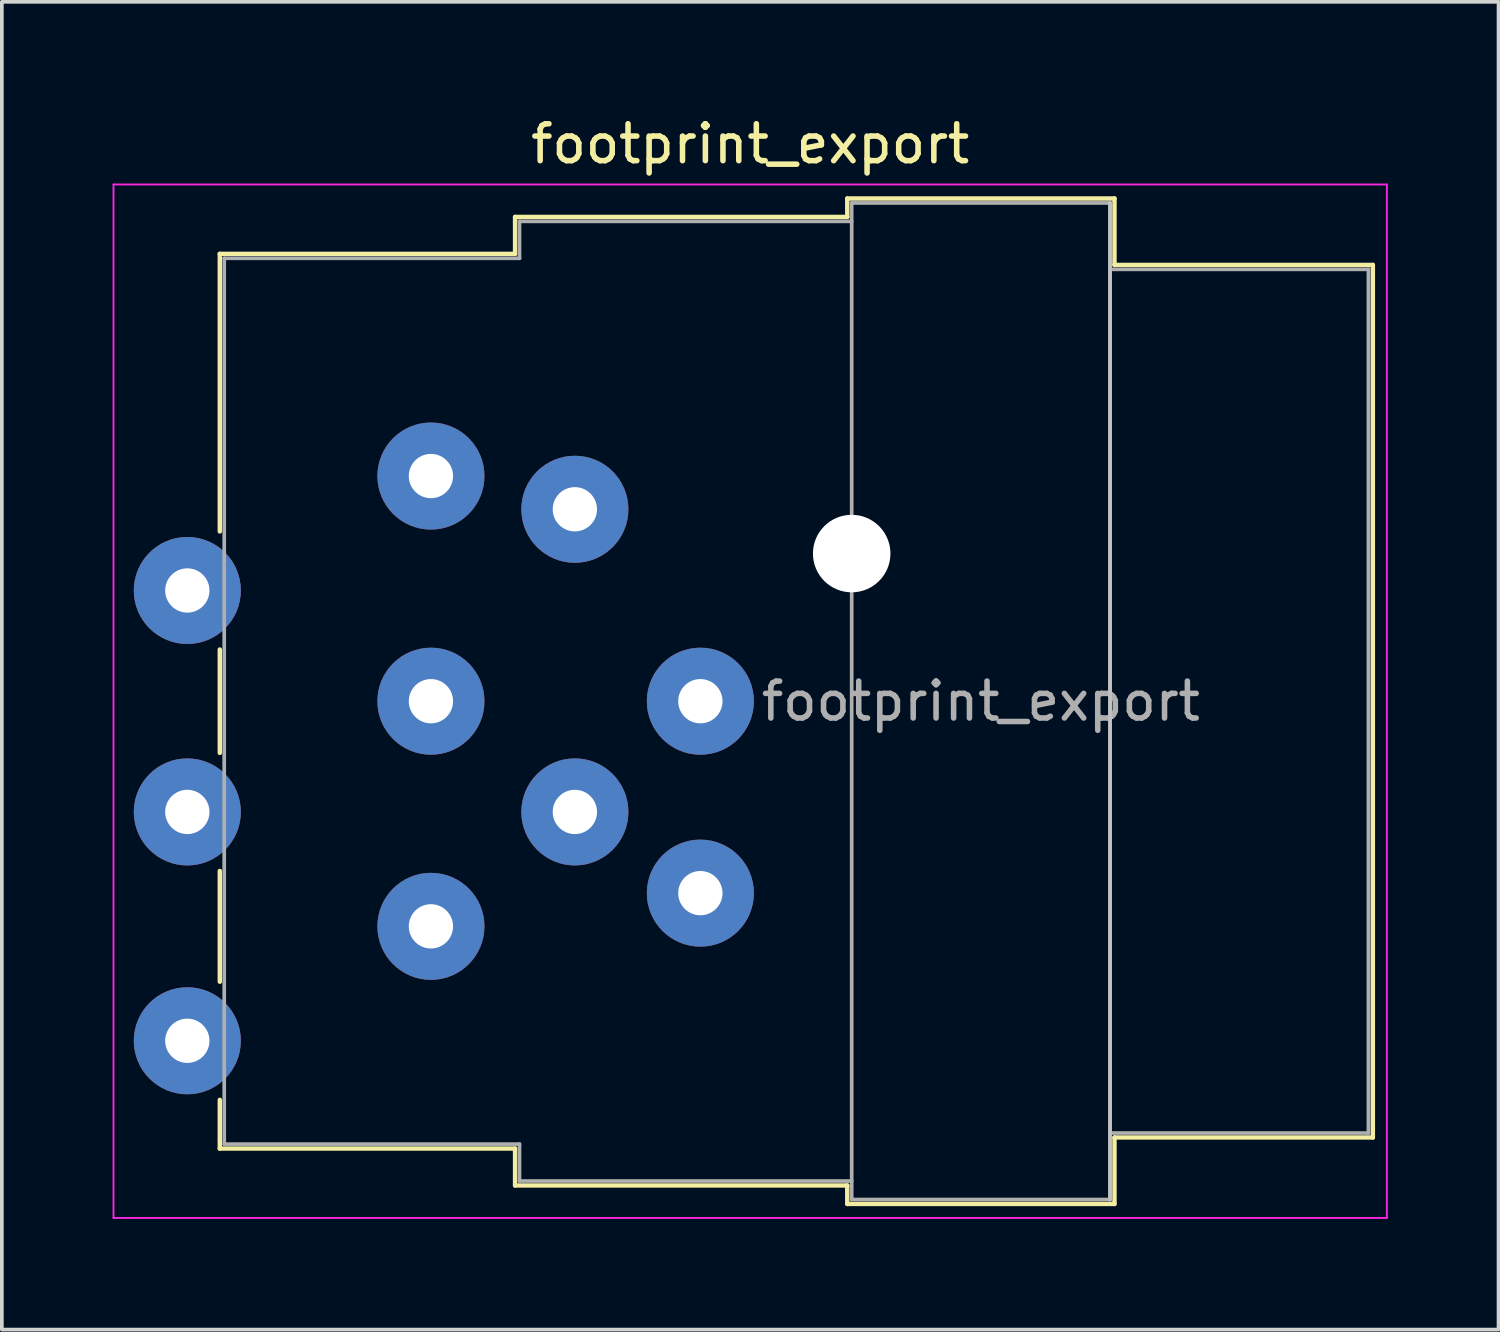
<source format=kicad_pcb>
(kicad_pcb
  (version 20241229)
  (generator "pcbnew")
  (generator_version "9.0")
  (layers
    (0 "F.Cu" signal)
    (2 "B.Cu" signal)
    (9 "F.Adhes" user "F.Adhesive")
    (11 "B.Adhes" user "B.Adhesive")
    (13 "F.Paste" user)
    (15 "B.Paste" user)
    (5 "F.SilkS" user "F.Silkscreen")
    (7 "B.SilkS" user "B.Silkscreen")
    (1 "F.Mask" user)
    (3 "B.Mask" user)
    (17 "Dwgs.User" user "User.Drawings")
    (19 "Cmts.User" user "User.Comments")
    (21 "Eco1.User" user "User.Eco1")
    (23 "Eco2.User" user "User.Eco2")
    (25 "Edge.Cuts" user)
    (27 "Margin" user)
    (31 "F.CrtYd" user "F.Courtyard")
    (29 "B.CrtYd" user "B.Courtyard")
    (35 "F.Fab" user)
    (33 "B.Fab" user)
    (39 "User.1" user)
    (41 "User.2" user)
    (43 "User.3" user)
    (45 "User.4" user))
  (footprint "footprint_export"
    (layer "F.Cu")
    (at 8.625 9.848)
    (property "Reference" "footprint_export" (at 8.65 -9 0) (layer "F.SilkS") (effects (font (size 1 1) (thickness 0.15))))
    (attr through_hole)
    (fp_line (start -5.72 -6.02) (end -5.72 1.5) (stroke (width 0.12) (type solid)) (layer "F.SilkS"))
    (fp_line (start -5.72 4.7) (end -5.72 7.5) (stroke (width 0.12) (type solid)) (layer "F.SilkS"))
    (fp_line (start -5.72 10.7) (end -5.72 13.7) (stroke (width 0.12) (type solid)) (layer "F.SilkS"))
    (fp_line (start -5.72 16.9) (end -5.72 18.22) (stroke (width 0.12) (type solid)) (layer "F.SilkS"))
    (fp_line (start 2.28 -7.02) (end 2.28 -6.02) (stroke (width 0.12) (type solid)) (layer "F.SilkS"))
    (fp_line (start 2.28 -6.02) (end -5.72 -6.02) (stroke (width 0.12) (type solid)) (layer "F.SilkS"))
    (fp_line (start 2.28 18.22) (end -5.72 18.22) (stroke (width 0.12) (type solid)) (layer "F.SilkS"))
    (fp_line (start 2.28 19.22) (end 2.28 18.22) (stroke (width 0.12) (type solid)) (layer "F.SilkS"))
    (fp_line (start 11.28 -7.02) (end 2.28 -7.02) (stroke (width 0.12) (type solid)) (layer "F.SilkS"))
    (fp_line (start 11.28 -7.02) (end 11.28 -7.52) (stroke (width 0.12) (type solid)) (layer "F.SilkS"))
    (fp_line (start 11.28 19.22) (end 2.28 19.22) (stroke (width 0.12) (type solid)) (layer "F.SilkS"))
    (fp_line (start 11.28 19.72) (end 11.28 19.22) (stroke (width 0.12) (type solid)) (layer "F.SilkS"))
    (fp_line (start 18.52 -7.52) (end 11.28 -7.52) (stroke (width 0.12) (type solid)) (layer "F.SilkS"))
    (fp_line (start 18.52 -7.52) (end 18.52 -5.72) (stroke (width 0.12) (type solid)) (layer "F.SilkS"))
    (fp_line (start 18.52 -5.72) (end 25.52 -5.72) (stroke (width 0.12) (type solid)) (layer "F.SilkS"))
    (fp_line (start 18.52 17.92) (end 18.52 19.72) (stroke (width 0.12) (type solid)) (layer "F.SilkS"))
    (fp_line (start 18.52 17.92) (end 25.52 17.92) (stroke (width 0.12) (type solid)) (layer "F.SilkS"))
    (fp_line (start 18.52 19.72) (end 11.28 19.72) (stroke (width 0.12) (type solid)) (layer "F.SilkS"))
    (fp_line (start 25.52 -5.72) (end 25.52 17.92) (stroke (width 0.12) (type solid)) (layer "F.SilkS"))
    (fp_line (start 18.4 -7.4) (end 18.4 19.6) (stroke (width 0.1) (type solid)) (layer "Dwgs.User"))
    (fp_line (start -8.6 -7.9) (end -8.6 20.1) (stroke (width 0.05) (type solid)) (layer "F.CrtYd"))
    (fp_line (start 25.9 -7.9) (end -8.6 -7.9) (stroke (width 0.05) (type solid)) (layer "F.CrtYd"))
    (fp_line (start 25.9 -7.9) (end 25.9 20.1) (stroke (width 0.05) (type solid)) (layer "F.CrtYd"))
    (fp_line (start 25.9 20.1) (end -8.6 20.1) (stroke (width 0.05) (type solid)) (layer "F.CrtYd"))
    (fp_line (start -5.6 -5.9) (end -5.6 18.1) (stroke (width 0.1) (type solid)) (layer "F.Fab"))
    (fp_line (start -5.6 18.1) (end 2.4 18.1) (stroke (width 0.1) (type solid)) (layer "F.Fab"))
    (fp_line (start 2.4 -6.9) (end 2.4 -5.9) (stroke (width 0.1) (type solid)) (layer "F.Fab"))
    (fp_line (start 2.4 -5.9) (end -5.6 -5.9) (stroke (width 0.1) (type solid)) (layer "F.Fab"))
    (fp_line (start 2.4 18.1) (end 2.4 19.1) (stroke (width 0.1) (type solid)) (layer "F.Fab"))
    (fp_line (start 2.4 19.1) (end 11.4 19.1) (stroke (width 0.1) (type solid)) (layer "F.Fab"))
    (fp_line (start 11.4 -7.4) (end 18.4 -7.4) (stroke (width 0.1) (type solid)) (layer "F.Fab"))
    (fp_line (start 11.4 -6.9) (end 2.4 -6.9) (stroke (width 0.1) (type solid)) (layer "F.Fab"))
    (fp_line (start 11.4 19.6) (end 11.4 -7.4) (stroke (width 0.1) (type solid)) (layer "F.Fab"))
    (fp_line (start 18.4 -7.4) (end 18.4 19.6) (stroke (width 0.1) (type solid)) (layer "F.Fab"))
    (fp_line (start 18.4 -5.6) (end 25.4 -5.6) (stroke (width 0.1) (type solid)) (layer "F.Fab"))
    (fp_line (start 18.4 19.6) (end 11.4 19.6) (stroke (width 0.1) (type solid)) (layer "F.Fab"))
    (fp_line (start 25.4 -5.6) (end 25.4 17.8) (stroke (width 0.1) (type solid)) (layer "F.Fab"))
    (fp_line (start 25.4 17.8) (end 18.4 17.8) (stroke (width 0.1) (type solid)) (layer "F.Fab"))
    (fp_text user "${REFERENCE}" (at 14.9 6.1 0) (layer "F.Fab") (effects (font (size 1 1) (thickness 0.15))))
    (pad "" np_thru_hole circle (at 11.4 2.1) (size 2.1 2.1) (drill 2.1) (layers "*.Cu" "*.Mask"))
    (pad "1" thru_hole circle (at 0 0) (size 2.9 2.9) (drill 1.2) (layers "*.Cu" "*.Mask"))
    (pad "2" thru_hole circle (at 0 12.2) (size 2.9 2.9) (drill 1.2) (layers "*.Cu" "*.Mask"))
    (pad "3" thru_hole circle (at 0 6.1) (size 2.9 2.9) (drill 1.2) (layers "*.Cu" "*.Mask"))
    (pad "G" thru_hole circle (at 7.3 6.1) (size 2.9 2.9) (drill 1.2) (layers "*.Cu" "*.Mask"))
    (pad "R" thru_hole circle (at 3.9 0.9) (size 2.9 2.9) (drill 1.2) (layers "*.Cu" "*.Mask"))
    (pad "RN" thru_hole circle (at -6.6 3.1) (size 2.9 2.9) (drill 1.2) (layers "*.Cu" "*.Mask"))
    (pad "S" thru_hole circle (at 7.3 11.3) (size 2.9 2.9) (drill 1.2) (layers "*.Cu" "*.Mask"))
    (pad "SN" thru_hole circle (at 3.9 9.1) (size 2.9 2.9) (drill 1.2) (layers "*.Cu" "*.Mask"))
    (pad "T" thru_hole circle (at -6.6 15.3) (size 2.9 2.9) (drill 1.2) (layers "*.Cu" "*.Mask"))
    (pad "TN" thru_hole circle (at -6.6 9.1) (size 2.9 2.9) (drill 1.2) (layers "*.Cu" "*.Mask")))
  (gr_rect
    (start -3 -3)
    (end 37.55 32.973)
    (stroke (width 0.1) (type default))
    (fill no)
    (layer "Edge.Cuts")))
</source>
